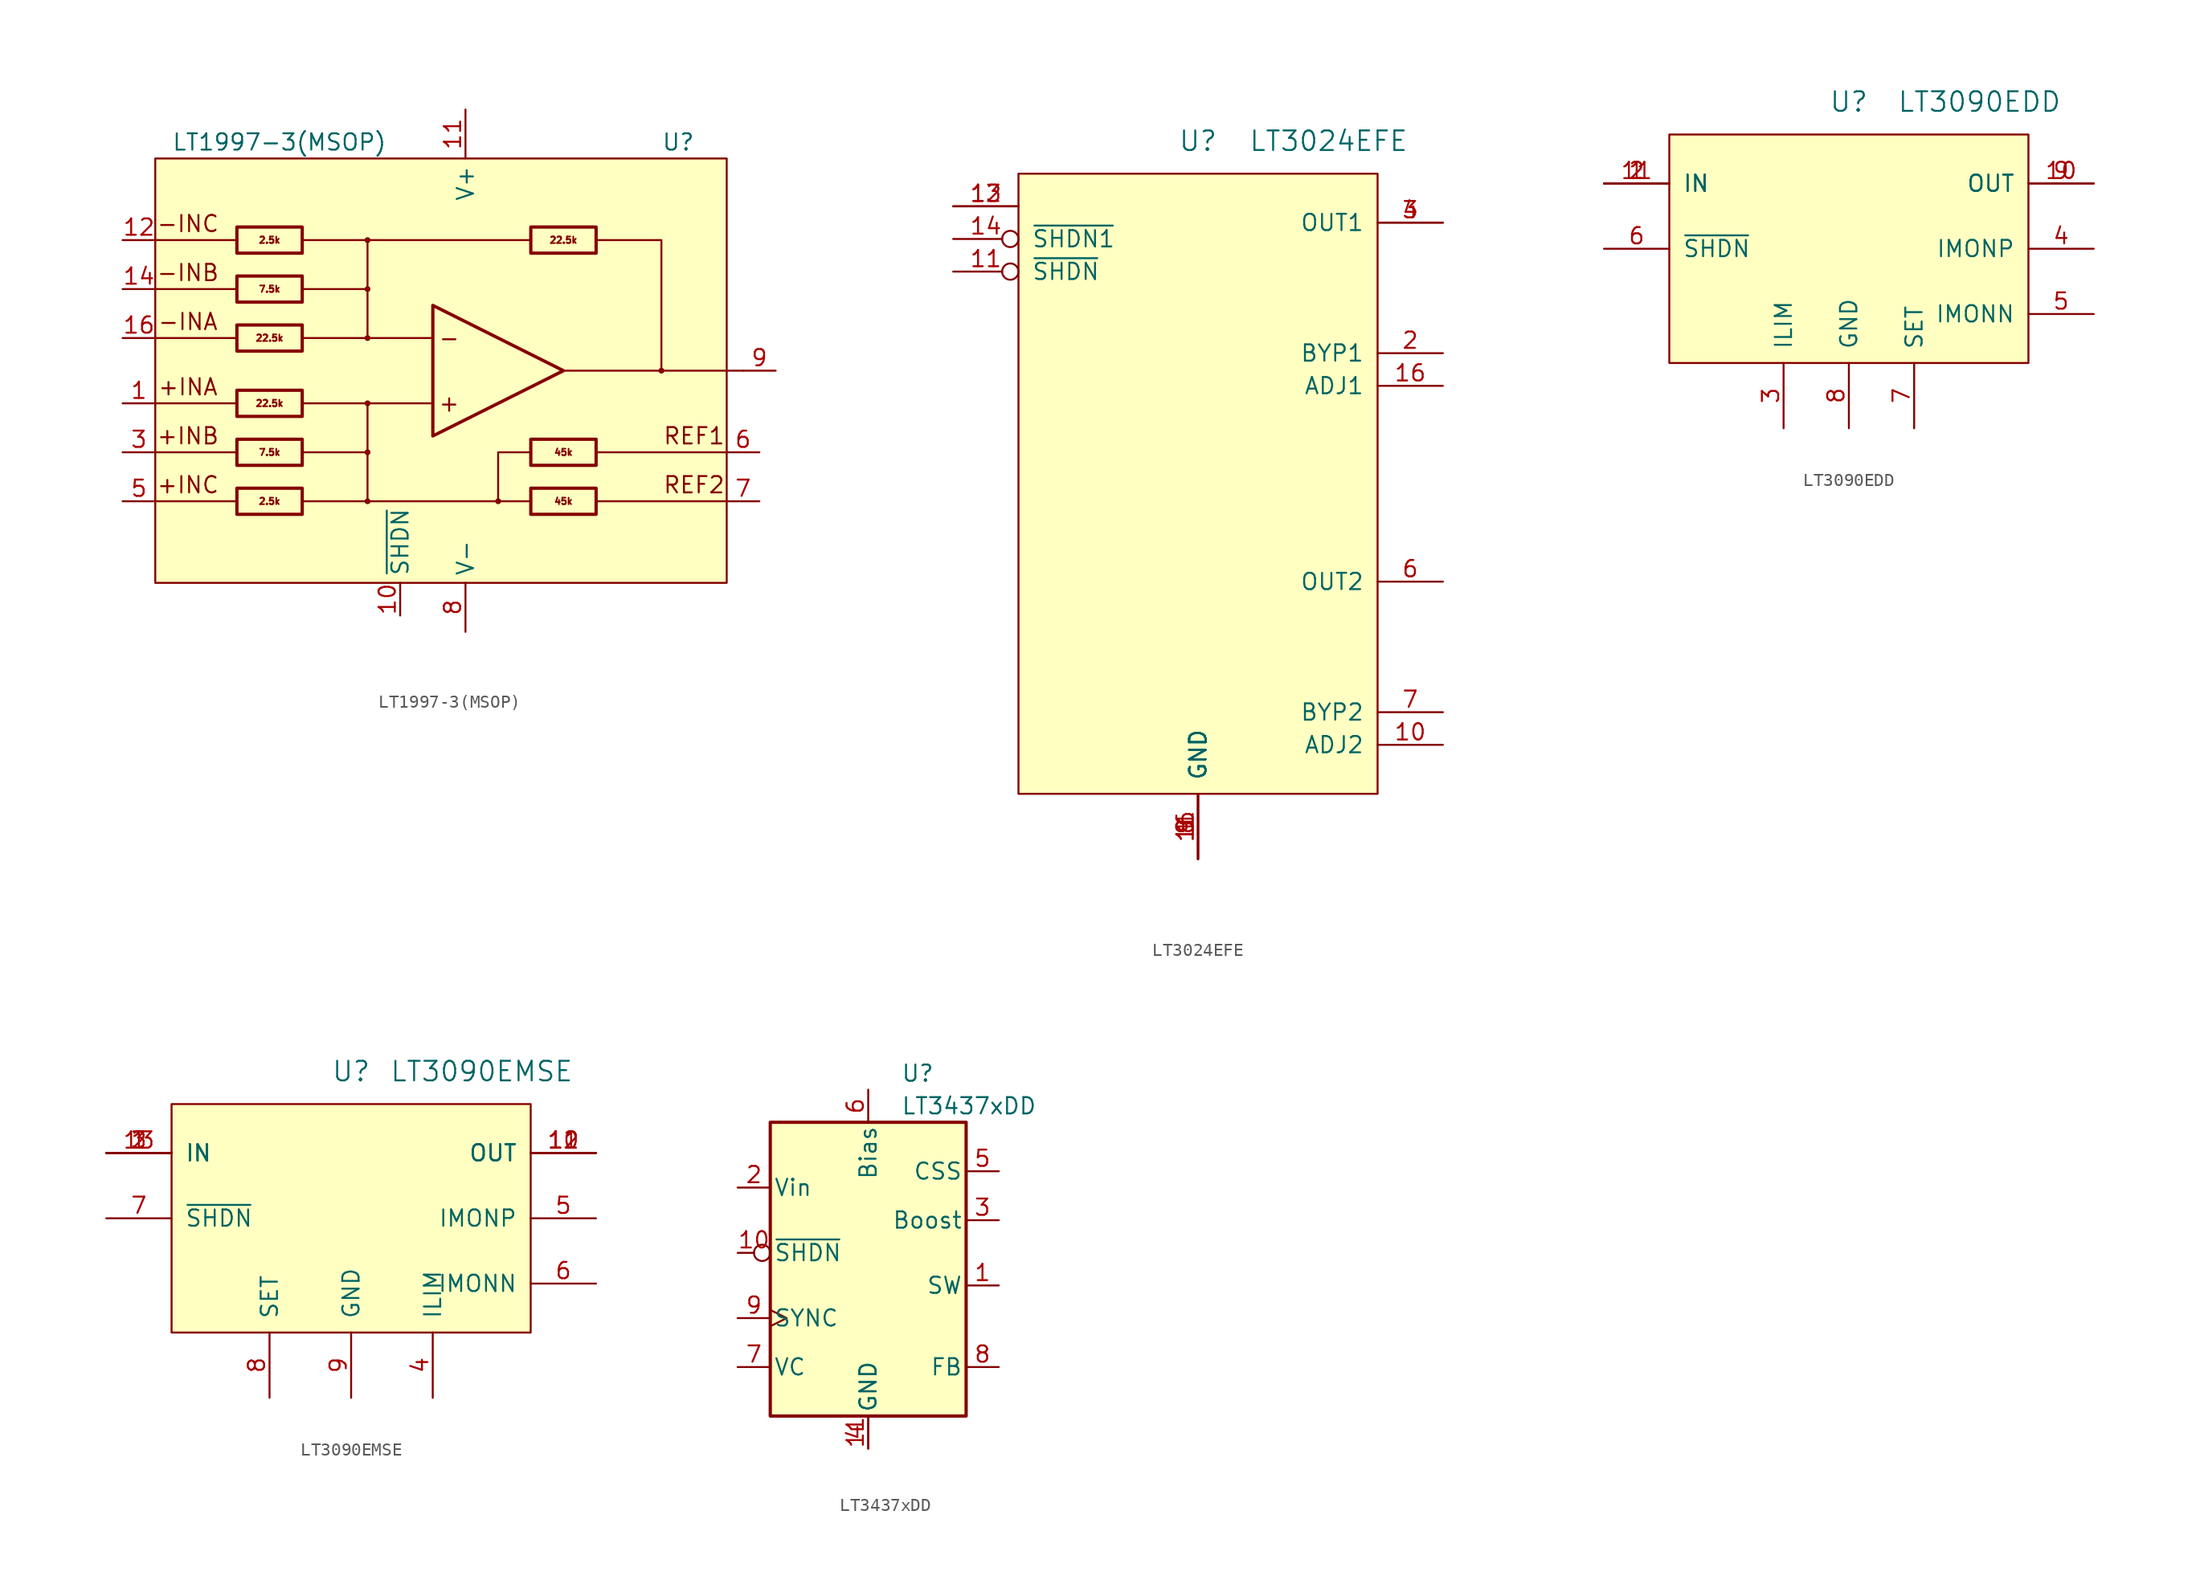
<source format=kicad_sym>
(kicad_symbol_lib
  (version 20231120)
  (generator "kicad_symbol_editor")
  (generator_version "8.0")
  (symbol "LT1997-3(MSOP)"
    (property "Reference" "U"
      (at 15.24 17.78 0)
      (effects (font (size 1.27 1.27)) (justify left)))
    (property "Value" "LT1997-3(MSOP)"
      (at -22.86 17.78 0)
      (effects (font (size 1.27 1.27)) (justify left)))
    (property "Datasheet" ""
      (at 2.54 0 0)
      (effects (font (size 1.27 1.27))))
    (symbol "LT1997-3(MSOP)_0_0"
      (rectangle (start -24.13 16.51) (end 20.32 -16.51) (stroke (width 0) (type solid)) (fill (type background)))
      (circle (center -7.62 2.54) (radius 0.152) (stroke (width 0) (type solid)) (fill (type none)))
      (circle (center -7.62 6.35) (radius 0.152) (stroke (width 0) (type solid)) (fill (type none)))
      (polyline (pts (xy -24.13 2.54) (xy -17.78 2.54)) (stroke (width 0) (type solid)) (fill (type none)))
      (polyline (pts (xy -24.13 6.35) (xy -17.78 6.35)) (stroke (width 0) (type solid)) (fill (type none)))
      (polyline (pts (xy -24.13 10.16) (xy -17.78 10.16)) (stroke (width 0) (type solid)) (fill (type none)))
      (polyline (pts (xy 15.24 0) (xy 21.59 0)) (stroke (width 0) (type solid)) (fill (type none)))
      (polyline (pts (xy -7.62 2.54) (xy -7.62 10.16) (xy 5.08 10.16)) (stroke (width 0) (type solid)) (fill (type none)))
      (polyline (pts (xy 5.08 -6.35) (xy 2.54 -6.35) (xy 2.54 -10.16)) (stroke (width 0) (type solid)) (fill (type none)))
      (polyline (pts (xy 10.16 10.16) (xy 15.24 10.16) (xy 15.24 0) (xy 7.62 0)) (stroke (width 0) (type solid)) (fill (type none)))
      (text "+" (at -1.27 -2.54 0) (effects (font (size 1.27 1.27))))
      (text "-" (at -1.27 2.54 0) (effects (font (size 1.27 1.27))))
      (text "-INC" (at -21.59 11.43 0) (effects (font (size 1.27 1.27))))
      (text "2.5k" (at -15.24 -10.16 0) (effects (font (size 0.508 0.508))))
      (text "2.5k" (at -15.24 10.16 0) (effects (font (size 0.508 0.508))))
      (text "22.5k" (at -15.24 -2.54 0) (effects (font (size 0.508 0.508))))
      (text "22.5k" (at -15.24 2.54 0) (effects (font (size 0.508 0.508))))
      (text "7.5k" (at -15.24 -6.35 0) (effects (font (size 0.508 0.508))))
      (text "7.5k" (at -15.24 6.35 0) (effects (font (size 0.508 0.508)))))
    (symbol "LT1997-3(MSOP)_0_1"
      (polyline (pts (xy -2.54 2.54) (xy -12.7 2.54)) (stroke (width 0) (type solid)) (fill (type none)))
      (polyline (pts (xy -2.54 5.08) (xy 7.62 0) (xy -2.54 -5.08) (xy -2.54 5.08)) (stroke (width 0.254) (type solid)) (fill (type background))))
    (symbol "LT1997-3(MSOP)_1_0"
      (circle (center -7.62 -10.16) (radius 0.152) (stroke (width 0) (type solid)) (fill (type none)))
      (circle (center -7.62 -6.35) (radius 0.152) (stroke (width 0) (type solid)) (fill (type none)))
      (circle (center -7.62 -2.54) (radius 0.152) (stroke (width 0) (type solid)) (fill (type none)))
      (circle (center -7.62 10.16) (radius 0.152) (stroke (width 0) (type solid)) (fill (type none)))
      (polyline (pts (xy -24.13 -10.16) (xy -17.78 -10.16)) (stroke (width 0) (type solid)) (fill (type none)))
      (polyline (pts (xy -24.13 -6.35) (xy -17.78 -6.35)) (stroke (width 0) (type solid)) (fill (type none)))
      (polyline (pts (xy -24.13 -2.54) (xy -17.78 -2.54)) (stroke (width 0) (type solid)) (fill (type none)))
      (polyline (pts (xy 20.32 -10.16) (xy 10.16 -10.16)) (stroke (width 0) (type solid)) (fill (type none)))
      (polyline (pts (xy 20.32 -6.35) (xy 10.16 -6.35)) (stroke (width 0) (type solid)) (fill (type none)))
      (polyline (pts (xy -7.62 -2.54) (xy -7.62 -10.16) (xy 5.08 -10.16)) (stroke (width 0) (type solid)) (fill (type none)))
      (circle (center 2.54 -10.16) (radius 0.152) (stroke (width 0) (type solid)) (fill (type none)))
      (circle (center 15.24 0) (radius 0.152) (stroke (width 0) (type solid)) (fill (type none)))
      (text "+INA" (at -21.59 -1.27 0) (effects (font (size 1.27 1.27))))
      (text "+INB" (at -21.59 -5.08 0) (effects (font (size 1.27 1.27))))
      (text "+INC" (at -21.59 -8.89 0) (effects (font (size 1.27 1.27))))
      (text "-INA" (at -21.59 3.81 0) (effects (font (size 1.27 1.27))))
      (text "-INB" (at -21.59 7.62 0) (effects (font (size 1.27 1.27))))
      (text "22.5k" (at 7.62 10.16 0) (effects (font (size 0.508 0.508))))
      (text "45k" (at 7.62 -10.16 0) (effects (font (size 0.508 0.508))))
      (text "45k" (at 7.62 -6.35 0) (effects (font (size 0.508 0.508))))
      (text "REF1" (at 17.78 -5.08 0) (effects (font (size 1.27 1.27))))
      (text "REF2" (at 17.78 -8.89 0) (effects (font (size 1.27 1.27)))))
    (symbol "LT1997-3(MSOP)_1_1"
      (rectangle (start -12.7 -11.176) (end -17.78 -9.144) (stroke (width 0.254) (type solid)) (fill (type none)))
      (rectangle (start -12.7 -7.366) (end -17.78 -5.334) (stroke (width 0.254) (type solid)) (fill (type none)))
      (rectangle (start -12.7 -3.556) (end -17.78 -1.524) (stroke (width 0.254) (type solid)) (fill (type none)))
      (rectangle (start -12.7 1.524) (end -17.78 3.556) (stroke (width 0.254) (type solid)) (fill (type none)))
      (rectangle (start -12.7 5.334) (end -17.78 7.366) (stroke (width 0.254) (type solid)) (fill (type none)))
      (rectangle (start -12.7 9.144) (end -17.78 11.176) (stroke (width 0.254) (type solid)) (fill (type none)))
      (polyline (pts (xy -7.62 -10.16) (xy -12.7 -10.16)) (stroke (width 0) (type solid)) (fill (type none)))
      (polyline (pts (xy -7.62 -6.35) (xy -12.7 -6.35)) (stroke (width 0) (type solid)) (fill (type none)))
      (polyline (pts (xy -7.62 6.35) (xy -12.7 6.35)) (stroke (width 0) (type solid)) (fill (type none)))
      (polyline (pts (xy -7.62 10.16) (xy -12.7 10.16)) (stroke (width 0) (type solid)) (fill (type none)))
      (polyline (pts (xy -2.54 -2.54) (xy -12.7 -2.54)) (stroke (width 0) (type solid)) (fill (type none)))
      (rectangle (start 10.16 -11.176) (end 5.08 -9.144) (stroke (width 0.254) (type solid)) (fill (type none)))
      (rectangle (start 10.16 -7.366) (end 5.08 -5.334) (stroke (width 0.254) (type solid)) (fill (type none)))
      (rectangle (start 10.16 9.144) (end 5.08 11.176) (stroke (width 0.254) (type solid)) (fill (type none)))
      (pin input line (at -26.67 -2.54 0) (length 2.54) (name "~" (effects (font (size 1.27 1.27)))) (number "1" (effects (font (size 1.27 1.27)))))
      (pin input line (at -5.08 -19.05 90) (length 2.54) (name "~{SHDN}" (effects (font (size 1.27 1.27)))) (number "10" (effects (font (size 1.27 1.27)))))
      (pin power_in line (at 0 20.32 270) (length 3.81) (name "V+" (effects (font (size 1.27 1.27)))) (number "11" (effects (font (size 1.27 1.27)))))
      (pin input line (at -26.67 10.16 0) (length 2.54) (name "~" (effects (font (size 1.27 1.27)))) (number "12" (effects (font (size 1.27 1.27)))))
      (pin input line (at -26.67 6.35 0) (length 2.54) (name "~" (effects (font (size 1.27 1.27)))) (number "14" (effects (font (size 1.27 1.27)))))
      (pin input line (at -26.67 2.54 0) (length 2.54) (name "~" (effects (font (size 1.27 1.27)))) (number "16" (effects (font (size 1.27 1.27)))))
      (pin input line (at -26.67 -6.35 0) (length 2.54) (name "~" (effects (font (size 1.27 1.27)))) (number "3" (effects (font (size 1.27 1.27)))))
      (pin input line (at -26.67 -10.16 0) (length 2.54) (name "~" (effects (font (size 1.27 1.27)))) (number "5" (effects (font (size 1.27 1.27)))))
      (pin input line (at 22.86 -6.35 180) (length 2.54) (name "~" (effects (font (size 1.27 1.27)))) (number "6" (effects (font (size 1.27 1.27)))))
      (pin input line (at 22.86 -10.16 180) (length 2.54) (name "~" (effects (font (size 1.27 1.27)))) (number "7" (effects (font (size 1.27 1.27)))))
      (pin power_in line (at 0 -20.32 90) (length 3.81) (name "V-" (effects (font (size 1.27 1.27)))) (number "8" (effects (font (size 1.27 1.27)))))
      (pin output line (at 24.13 0 180) (length 2.54) (name "~" (effects (font (size 1.27 1.27)))) (number "9" (effects (font (size 1.27 1.27)))))))
  (symbol "LT3024EFE"
    (pin_names
      (offset 1.016))
    (property "Reference" "U"
      (at 0 26.67 0)
      (effects (font (size 1.524 1.524))))
    (property "Value" "LT3024EFE"
      (at 10.16 26.67 0)
      (effects (font (size 1.524 1.524))))
    (symbol "LT3024EFE_0_1"
      (rectangle (start -13.97 24.13) (end 13.97 -24.13) (stroke (width 0) (type solid)) (fill (type background))))
    (symbol "LT3024EFE_1_1"
      (pin power_out line (at 0 -29.21 90) (length 5.08) (name "GND" (effects (font (size 1.27 1.27)))) (number "1" (effects (font (size 1.27 1.27)))))
      (pin input line (at 19.05 -20.32 180) (length 5.08) (name "ADJ2" (effects (font (size 1.27 1.27)))) (number "10" (effects (font (size 1.27 1.27)))))
      (pin power_out line (at 0 -29.21 90) (length 5.08) (name "GND" (effects (font (size 1.27 1.27)))) (number "11" (effects (font (size 1.27 1.27)))))
      (pin input inverted (at -19.05 16.51 0) (length 5.08) (name "~{SHDN}" (effects (font (size 1.27 1.27)))) (number "11" (effects (font (size 1.27 1.27)))))
      (pin power_in line (at -19.05 21.59 0) (length 5.08) (name "~" (effects (font (size 1.27 1.27)))) (number "12" (effects (font (size 1.27 1.27)))))
      (pin power_in line (at -19.05 21.59 0) (length 5.08) (name "~" (effects (font (size 1.27 1.27)))) (number "13" (effects (font (size 1.27 1.27)))))
      (pin input inverted (at -19.05 19.05 0) (length 5.08) (name "~{SHDN1}" (effects (font (size 1.27 1.27)))) (number "14" (effects (font (size 1.27 1.27)))))
      (pin input line (at 19.05 7.62 180) (length 5.08) (name "ADJ1" (effects (font (size 1.27 1.27)))) (number "16" (effects (font (size 1.27 1.27)))))
      (pin power_out line (at 0 -29.21 90) (length 5.08) (name "GND" (effects (font (size 1.27 1.27)))) (number "16" (effects (font (size 1.27 1.27)))))
      (pin passive line (at 19.05 10.16 180) (length 5.08) (name "BYP1" (effects (font (size 1.27 1.27)))) (number "2" (effects (font (size 1.27 1.27)))))
      (pin power_out line (at 19.05 20.32 180) (length 5.08) (name "~" (effects (font (size 1.27 1.27)))) (number "3" (effects (font (size 1.27 1.27)))))
      (pin power_out line (at 19.05 20.32 180) (length 5.08) (name "OUT1" (effects (font (size 1.27 1.27)))) (number "4" (effects (font (size 1.27 1.27)))))
      (pin power_out line (at 19.05 -7.62 180) (length 5.08) (name "OUT2" (effects (font (size 1.27 1.27)))) (number "6" (effects (font (size 1.27 1.27)))))
      (pin passive line (at 19.05 -17.78 180) (length 5.08) (name "BYP2" (effects (font (size 1.27 1.27)))) (number "7" (effects (font (size 1.27 1.27)))))
      (pin power_out line (at 0 -29.21 90) (length 5.08) (name "GND" (effects (font (size 1.27 1.27)))) (number "8" (effects (font (size 1.27 1.27)))))
      (pin power_out line (at 0 -29.21 90) (length 5.08) (name "GND" (effects (font (size 1.27 1.27)))) (number "9" (effects (font (size 1.27 1.27)))))))
  (symbol "LT3090EDD"
    (pin_names
      (offset 1.016))
    (property "Reference" "U"
      (at 0 11.43 0)
      (effects (font (size 1.524 1.524))))
    (property "Value" "LT3090EDD"
      (at 10.16 11.43 0)
      (effects (font (size 1.524 1.524))))
    (symbol "LT3090EDD_0_1"
      (rectangle (start -13.97 8.89) (end 13.97 -8.89) (stroke (width 0) (type solid)) (fill (type background))))
    (symbol "LT3090EDD_1_1"
      (pin power_in line (at -19.05 5.08 0) (length 5.08) (name "IN" (effects (font (size 1.27 1.27)))) (number "1" (effects (font (size 1.27 1.27)))))
      (pin passive line (at 19.05 5.08 180) (length 5.08) (name "OUT" (effects (font (size 1.27 1.27)))) (number "10" (effects (font (size 1.27 1.27)))))
      (pin power_in line (at -19.05 5.08 0) (length 5.08) (name "IN" (effects (font (size 1.27 1.27)))) (number "11" (effects (font (size 1.27 1.27)))))
      (pin power_in line (at -19.05 5.08 0) (length 5.08) (name "IN" (effects (font (size 1.27 1.27)))) (number "2" (effects (font (size 1.27 1.27)))))
      (pin input line (at -5.08 -13.97 90) (length 5.08) (name "ILIM" (effects (font (size 1.27 1.27)))) (number "3" (effects (font (size 1.27 1.27)))))
      (pin passive line (at 19.05 0 180) (length 5.08) (name "IMONP" (effects (font (size 1.27 1.27)))) (number "4" (effects (font (size 1.27 1.27)))))
      (pin passive line (at 19.05 -5.08 180) (length 5.08) (name "IMONN" (effects (font (size 1.27 1.27)))) (number "5" (effects (font (size 1.27 1.27)))))
      (pin input line (at -19.05 0 0) (length 5.08) (name "~{SHDN}" (effects (font (size 1.27 1.27)))) (number "6" (effects (font (size 1.27 1.27)))))
      (pin input line (at 5.08 -13.97 90) (length 5.08) (name "SET" (effects (font (size 1.27 1.27)))) (number "7" (effects (font (size 1.27 1.27)))))
      (pin power_in line (at 0 -13.97 90) (length 5.08) (name "GND" (effects (font (size 1.27 1.27)))) (number "8" (effects (font (size 1.27 1.27)))))
      (pin power_out line (at 19.05 5.08 180) (length 5.08) (name "OUT" (effects (font (size 1.27 1.27)))) (number "9" (effects (font (size 1.27 1.27)))))))
  (symbol "LT3090EMSE"
    (pin_names
      (offset 1.016))
    (property "Reference" "U"
      (at 0 11.43 0)
      (effects (font (size 1.524 1.524))))
    (property "Value" "LT3090EMSE"
      (at 10.16 11.43 0)
      (effects (font (size 1.524 1.524))))
    (symbol "LT3090EMSE_0_1"
      (rectangle (start -13.97 8.89) (end 13.97 -8.89) (stroke (width 0) (type solid)) (fill (type background))))
    (symbol "LT3090EMSE_1_1"
      (pin power_in line (at -19.05 5.08 0) (length 5.08) (name "IN" (effects (font (size 1.27 1.27)))) (number "1" (effects (font (size 1.27 1.27)))))
      (pin power_out line (at 19.05 5.08 180) (length 5.08) (name "OUT" (effects (font (size 1.27 1.27)))) (number "10" (effects (font (size 1.27 1.27)))))
      (pin power_out line (at 19.05 5.08 180) (length 5.08) (name "OUT" (effects (font (size 1.27 1.27)))) (number "11" (effects (font (size 1.27 1.27)))))
      (pin power_out line (at 19.05 5.08 180) (length 5.08) (name "OUT" (effects (font (size 1.27 1.27)))) (number "12" (effects (font (size 1.27 1.27)))))
      (pin power_in line (at -19.05 5.08 0) (length 5.08) (name "IN" (effects (font (size 1.27 1.27)))) (number "13" (effects (font (size 1.27 1.27)))))
      (pin power_in line (at -19.05 5.08 0) (length 5.08) (name "IN" (effects (font (size 1.27 1.27)))) (number "2" (effects (font (size 1.27 1.27)))))
      (pin power_in line (at -19.05 5.08 0) (length 5.08) (name "IN" (effects (font (size 1.27 1.27)))) (number "3" (effects (font (size 1.27 1.27)))))
      (pin input line (at 6.35 -13.97 90) (length 5.08) (name "ILIM" (effects (font (size 1.27 1.27)))) (number "4" (effects (font (size 1.27 1.27)))))
      (pin output line (at 19.05 0 180) (length 5.08) (name "IMONP" (effects (font (size 1.27 1.27)))) (number "5" (effects (font (size 1.27 1.27)))))
      (pin output line (at 19.05 -5.08 180) (length 5.08) (name "IMONN" (effects (font (size 1.27 1.27)))) (number "6" (effects (font (size 1.27 1.27)))))
      (pin input line (at -19.05 0 0) (length 5.08) (name "~{SHDN}" (effects (font (size 1.27 1.27)))) (number "7" (effects (font (size 1.27 1.27)))))
      (pin input line (at -6.35 -13.97 90) (length 5.08) (name "SET" (effects (font (size 1.27 1.27)))) (number "8" (effects (font (size 1.27 1.27)))))
      (pin power_in line (at 0 -13.97 90) (length 5.08) (name "GND" (effects (font (size 1.27 1.27)))) (number "9" (effects (font (size 1.27 1.27)))))))
  (symbol "LT3437xDD"
    (pin_names
      (offset 0.254))
    (property "Reference" "U"
      (at 2.54 16.51 0)
      (effects (font (size 1.27 1.27)) (justify left)))
    (property "Value" "LT3437xDD"
      (at 2.54 13.97 0)
      (effects (font (size 1.27 1.27)) (justify left)))
    (symbol "LT3437xDD_0_1"
      (rectangle (start -7.62 12.7) (end 7.62 -10.16) (stroke (width 0.254) (type solid)) (fill (type background))))
    (symbol "LT3437xDD_1_1"
      (pin power_out line (at 10.16 0 180) (length 2.54) (name "SW" (effects (font (size 1.27 1.27)))) (number "1" (effects (font (size 1.27 1.27)))))
      (pin input inverted (at -10.16 2.54 0) (length 2.54) (name "~{SHDN}" (effects (font (size 1.27 1.27)))) (number "10" (effects (font (size 1.27 1.27)))))
      (pin power_in line (at 0 -12.7 90) (length 2.54) (name "GND" (effects (font (size 1.27 1.27)))) (number "11" (effects (font (size 1.27 1.27)))))
      (pin power_in line (at -10.16 7.62 0) (length 2.54) (name "Vin" (effects (font (size 1.27 1.27)))) (number "2" (effects (font (size 1.27 1.27)))))
      (pin output line (at 10.16 5.08 180) (length 2.54) (name "Boost" (effects (font (size 1.27 1.27)))) (number "3" (effects (font (size 1.27 1.27)))))
      (pin power_in line (at 0 -12.7 90) (length 2.54) (name "GND" (effects (font (size 1.27 1.27)))) (number "4" (effects (font (size 1.27 1.27)))))
      (pin passive line (at 10.16 8.89 180) (length 2.54) (name "CSS" (effects (font (size 1.27 1.27)))) (number "5" (effects (font (size 1.27 1.27)))))
      (pin power_in line (at 0 15.24 270) (length 2.54) (name "Bias" (effects (font (size 1.27 1.27)))) (number "6" (effects (font (size 1.27 1.27)))))
      (pin input line (at -10.16 -6.35 0) (length 2.54) (name "VC" (effects (font (size 1.27 1.27)))) (number "7" (effects (font (size 1.27 1.27)))))
      (pin input line (at 10.16 -6.35 180) (length 2.54) (name "FB" (effects (font (size 1.27 1.27)))) (number "8" (effects (font (size 1.27 1.27)))))
      (pin input clock (at -10.16 -2.54 0) (length 2.54) (name "SYNC" (effects (font (size 1.27 1.27)))) (number "9" (effects (font (size 1.27 1.27))))))))
</source>
